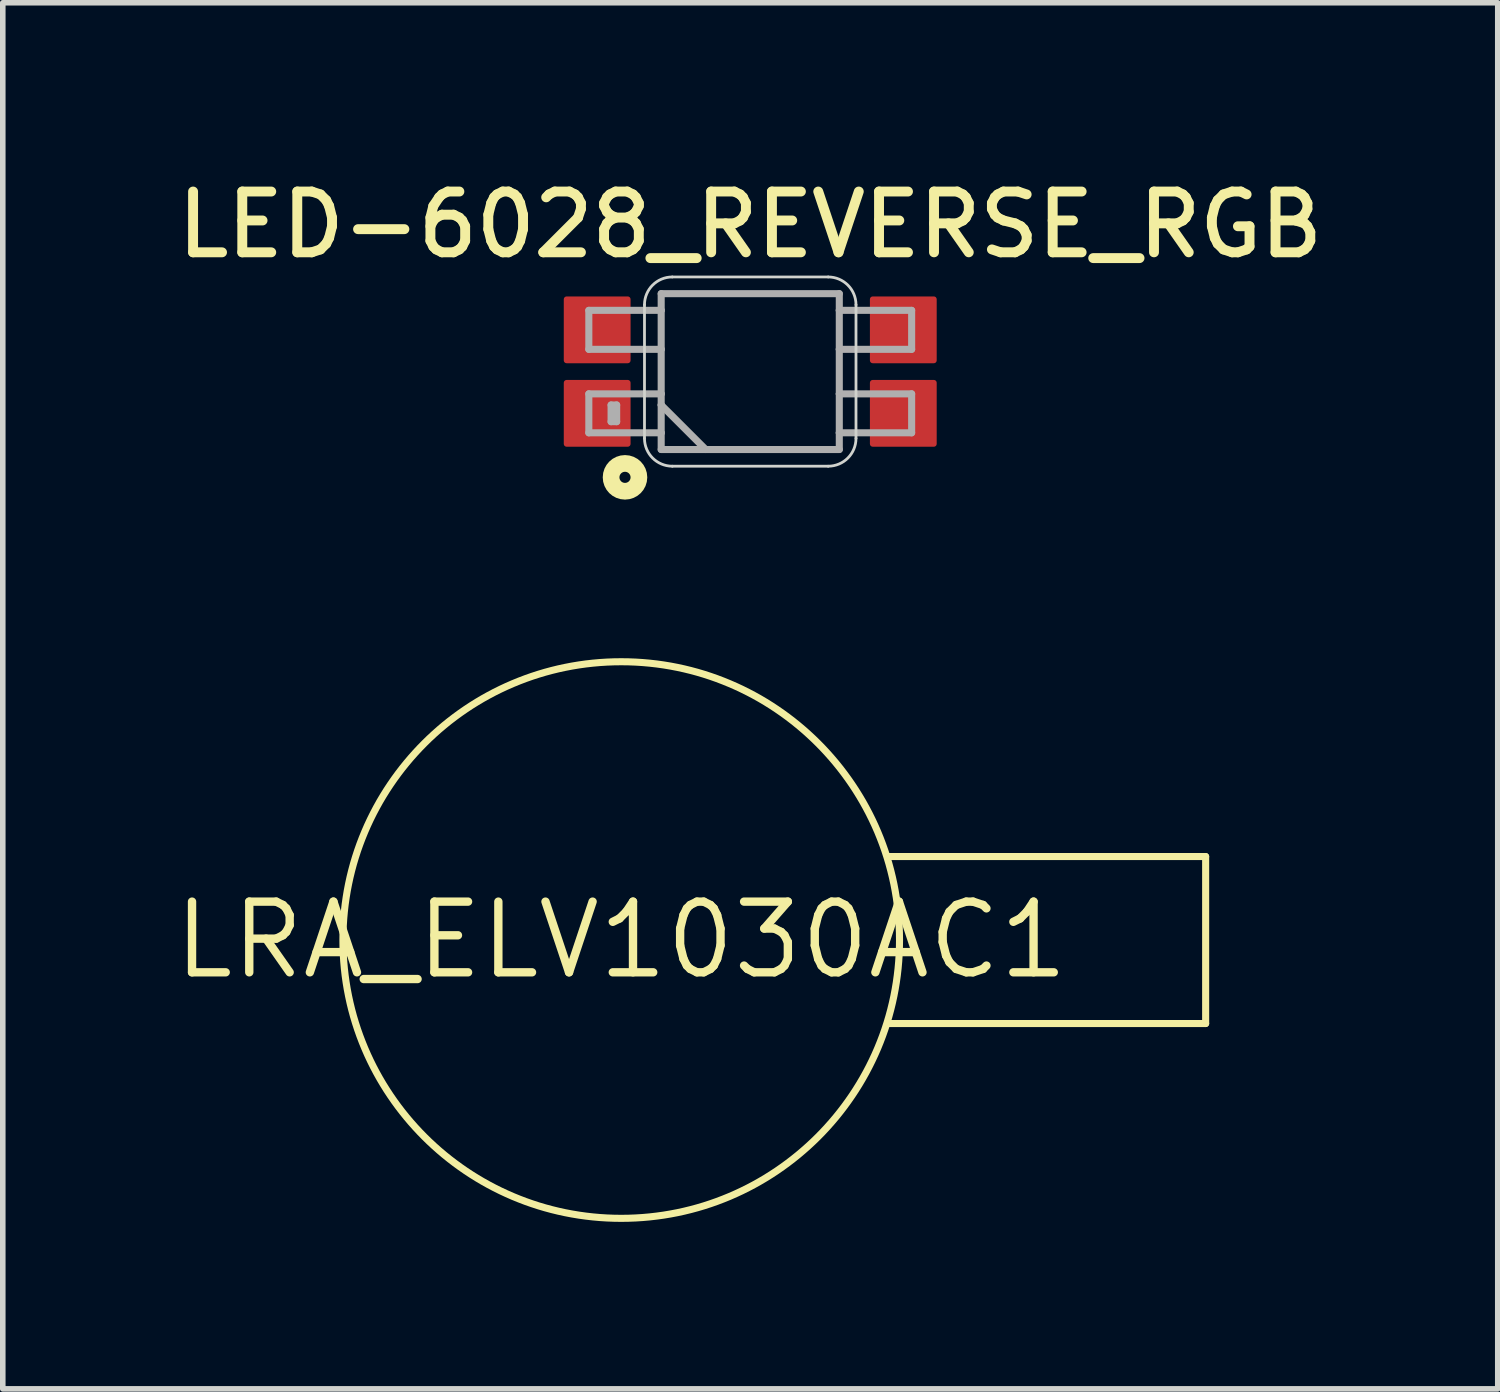
<source format=kicad_pcb>
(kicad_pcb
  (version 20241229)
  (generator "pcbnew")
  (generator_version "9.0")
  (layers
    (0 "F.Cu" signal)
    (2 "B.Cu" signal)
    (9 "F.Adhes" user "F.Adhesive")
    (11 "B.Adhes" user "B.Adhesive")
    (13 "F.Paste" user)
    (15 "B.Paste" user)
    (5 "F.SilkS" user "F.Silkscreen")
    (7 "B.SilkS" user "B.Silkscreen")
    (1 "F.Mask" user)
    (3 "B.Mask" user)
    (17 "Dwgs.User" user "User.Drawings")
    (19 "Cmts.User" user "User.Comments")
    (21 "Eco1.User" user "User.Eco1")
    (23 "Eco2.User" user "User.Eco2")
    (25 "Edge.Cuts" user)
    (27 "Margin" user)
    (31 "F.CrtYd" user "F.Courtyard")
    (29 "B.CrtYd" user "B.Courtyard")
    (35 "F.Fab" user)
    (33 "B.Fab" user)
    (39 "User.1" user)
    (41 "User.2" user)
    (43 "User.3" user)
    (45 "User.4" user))
  (footprint "LED-6028_REVERSE_RGB"
    (layer "F.Cu")
    (at 10.429 3.626)
    (property "Reference" "LED-6028_REVERSE_RGB" (at 0 -2 0) (layer "F.SilkS") (effects (font (size 1.092 1.092) (thickness 0.178)) (justify bottom)))
    (fp_poly (pts (xy -2.1 1.45) (xy 2.1 1.45) (xy 2.1 -1.45) (xy -2.1 -1.45)) (stroke (width 0) (type default)) (fill yes) (layer "F.Mask"))
    (fp_circle (center -2.25 1.9) (end -2.15 1.9) (stroke (width 0.3) (type solid)) (fill no) (layer "F.SilkS"))
    (fp_line (start -1.9 -1.2) (end -1.9 1.2) (stroke (width 0.05) (type solid)) (layer "Edge.Cuts"))
    (fp_line (start -1.4 -1.7) (end 1.4 -1.7) (stroke (width 0.05) (type solid)) (layer "Edge.Cuts"))
    (fp_line (start -1.4 1.7) (end 1.4 1.7) (stroke (width 0.05) (type solid)) (layer "Edge.Cuts"))
    (fp_line (start 1.9 -1.2) (end 1.9 1.2) (stroke (width 0.05) (type solid)) (layer "Edge.Cuts"))
    (fp_arc (start -1.9 -1.2) (mid -1.753553 -1.553553) (end -1.4 -1.7) (stroke (width 0.05) (type solid)) (layer "Edge.Cuts"))
    (fp_arc (start -1.4 1.7) (mid -1.753553 1.553553) (end -1.9 1.2) (stroke (width 0.05) (type solid)) (layer "Edge.Cuts"))
    (fp_arc (start 1.4 -1.7) (mid 1.753553 -1.553553) (end 1.9 -1.2) (stroke (width 0.05) (type solid)) (layer "Edge.Cuts"))
    (fp_arc (start 1.9 1.2) (mid 1.753553 1.553553) (end 1.4 1.7) (stroke (width 0.05) (type solid)) (layer "Edge.Cuts"))
    (fp_line (start -2.9 -1.1) (end -1.6 -1.1) (stroke (width 0.127) (type solid)) (layer "F.Fab"))
    (fp_line (start -2.9 -0.4) (end -2.9 -1.1) (stroke (width 0.127) (type solid)) (layer "F.Fab"))
    (fp_line (start -2.9 0.4) (end -1.6 0.4) (stroke (width 0.127) (type solid)) (layer "F.Fab"))
    (fp_line (start -2.9 1.1) (end -2.9 0.4) (stroke (width 0.127) (type solid)) (layer "F.Fab"))
    (fp_line (start -2.5 0.6) (end -2.5 0.9) (stroke (width 0.127) (type solid)) (layer "F.Fab"))
    (fp_line (start -2.5 0.9) (end -2.4 0.9) (stroke (width 0.127) (type solid)) (layer "F.Fab"))
    (fp_line (start -2.4 0.6) (end -2.5 0.6) (stroke (width 0.127) (type solid)) (layer "F.Fab"))
    (fp_line (start -2.4 0.9) (end -2.4 0.6) (stroke (width 0.127) (type solid)) (layer "F.Fab"))
    (fp_line (start -1.6 -1.4) (end 1.6 -1.4) (stroke (width 0.127) (type solid)) (layer "F.Fab"))
    (fp_line (start -1.6 -1.1) (end -1.6 -1.4) (stroke (width 0.127) (type solid)) (layer "F.Fab"))
    (fp_line (start -1.6 -0.4) (end -2.9 -0.4) (stroke (width 0.127) (type solid)) (layer "F.Fab"))
    (fp_line (start -1.6 -0.4) (end -1.6 -1.1) (stroke (width 0.127) (type solid)) (layer "F.Fab"))
    (fp_line (start -1.6 0.4) (end -1.6 -0.4) (stroke (width 0.127) (type solid)) (layer "F.Fab"))
    (fp_line (start -1.6 0.6) (end -1.6 0.4) (stroke (width 0.127) (type solid)) (layer "F.Fab"))
    (fp_line (start -1.6 0.6) (end -0.8 1.4) (stroke (width 0.127) (type solid)) (layer "F.Fab"))
    (fp_line (start -1.6 1.1) (end -2.9 1.1) (stroke (width 0.127) (type solid)) (layer "F.Fab"))
    (fp_line (start -1.6 1.1) (end -1.6 0.6) (stroke (width 0.127) (type solid)) (layer "F.Fab"))
    (fp_line (start -1.6 1.4) (end -1.6 1.1) (stroke (width 0.127) (type solid)) (layer "F.Fab"))
    (fp_line (start -0.8 1.4) (end -1.6 1.4) (stroke (width 0.127) (type solid)) (layer "F.Fab"))
    (fp_line (start 1.6 -1.4) (end 1.6 -1.1) (stroke (width 0.127) (type solid)) (layer "F.Fab"))
    (fp_line (start 1.6 -1.1) (end 1.6 -0.4) (stroke (width 0.127) (type solid)) (layer "F.Fab"))
    (fp_line (start 1.6 -1.1) (end 2.9 -1.1) (stroke (width 0.127) (type solid)) (layer "F.Fab"))
    (fp_line (start 1.6 -0.4) (end 1.6 0.4) (stroke (width 0.127) (type solid)) (layer "F.Fab"))
    (fp_line (start 1.6 0.4) (end 1.6 1.1) (stroke (width 0.127) (type solid)) (layer "F.Fab"))
    (fp_line (start 1.6 0.4) (end 2.9 0.4) (stroke (width 0.127) (type solid)) (layer "F.Fab"))
    (fp_line (start 1.6 1.1) (end 1.6 1.4) (stroke (width 0.127) (type solid)) (layer "F.Fab"))
    (fp_line (start 1.6 1.4) (end -0.8 1.4) (stroke (width 0.127) (type solid)) (layer "F.Fab"))
    (fp_line (start 2.9 -1.1) (end 2.9 -0.4) (stroke (width 0.127) (type solid)) (layer "F.Fab"))
    (fp_line (start 2.9 -0.4) (end 1.6 -0.4) (stroke (width 0.127) (type solid)) (layer "F.Fab"))
    (fp_line (start 2.9 0.4) (end 2.9 1.1) (stroke (width 0.127) (type solid)) (layer "F.Fab"))
    (fp_line (start 2.9 1.1) (end 1.6 1.1) (stroke (width 0.127) (type solid)) (layer "F.Fab"))
    (fp_text user "REVERSE\nMOUNT\nRGB LED" (at 0 0 0) (layer "F.Mask") (effects (font (size 0.368 0.368) (thickness 0.032))))
    (pad "1" smd roundrect (at -2.75 0.75) (size 1.2 1.2) (layers "F.Cu" "F.Mask" "F.Paste") (roundrect_rratio 0.042))
    (pad "2" smd roundrect (at 2.75 0.75) (size 1.2 1.2) (layers "F.Cu" "F.Mask" "F.Paste") (roundrect_rratio 0.042))
    (pad "3" smd roundrect (at 2.75 -0.75) (size 1.2 1.2) (layers "F.Cu" "F.Mask" "F.Paste") (roundrect_rratio 0.042))
    (pad "4" smd roundrect (at -2.75 -0.75) (size 1.2 1.2) (layers "F.Cu" "F.Mask" "F.Paste") (roundrect_rratio 0.042)))
  (footprint "LRA_ELV1030AC1"
    (layer "F.Cu")
    (at 8.111 13.839)
    (property "Reference" "LRA_ELV1030AC1" (at 0 0 0) (layer "F.SilkS") (effects (font (size 1.27 1.27) (thickness 0.15))))
    (fp_line (start 4.8 1.5) (end 10.5 1.5) (stroke (width 0.127) (type solid)) (layer "F.SilkS"))
    (fp_line (start 10.5 -1.5) (end 4.8 -1.5) (stroke (width 0.127) (type solid)) (layer "F.SilkS"))
    (fp_line (start 10.5 1.5) (end 10.5 -1.5) (stroke (width 0.127) (type solid)) (layer "F.SilkS"))
    (fp_circle (center 0 0) (end 5 0) (stroke (width 0.127) (type solid)) (fill no) (layer "F.SilkS")))
  (gr_rect
    (start -3 -3)
    (end 23.859 21.903)
    (stroke (width 0.1) (type default))
    (fill no)
    (layer "Edge.Cuts")))
</source>
